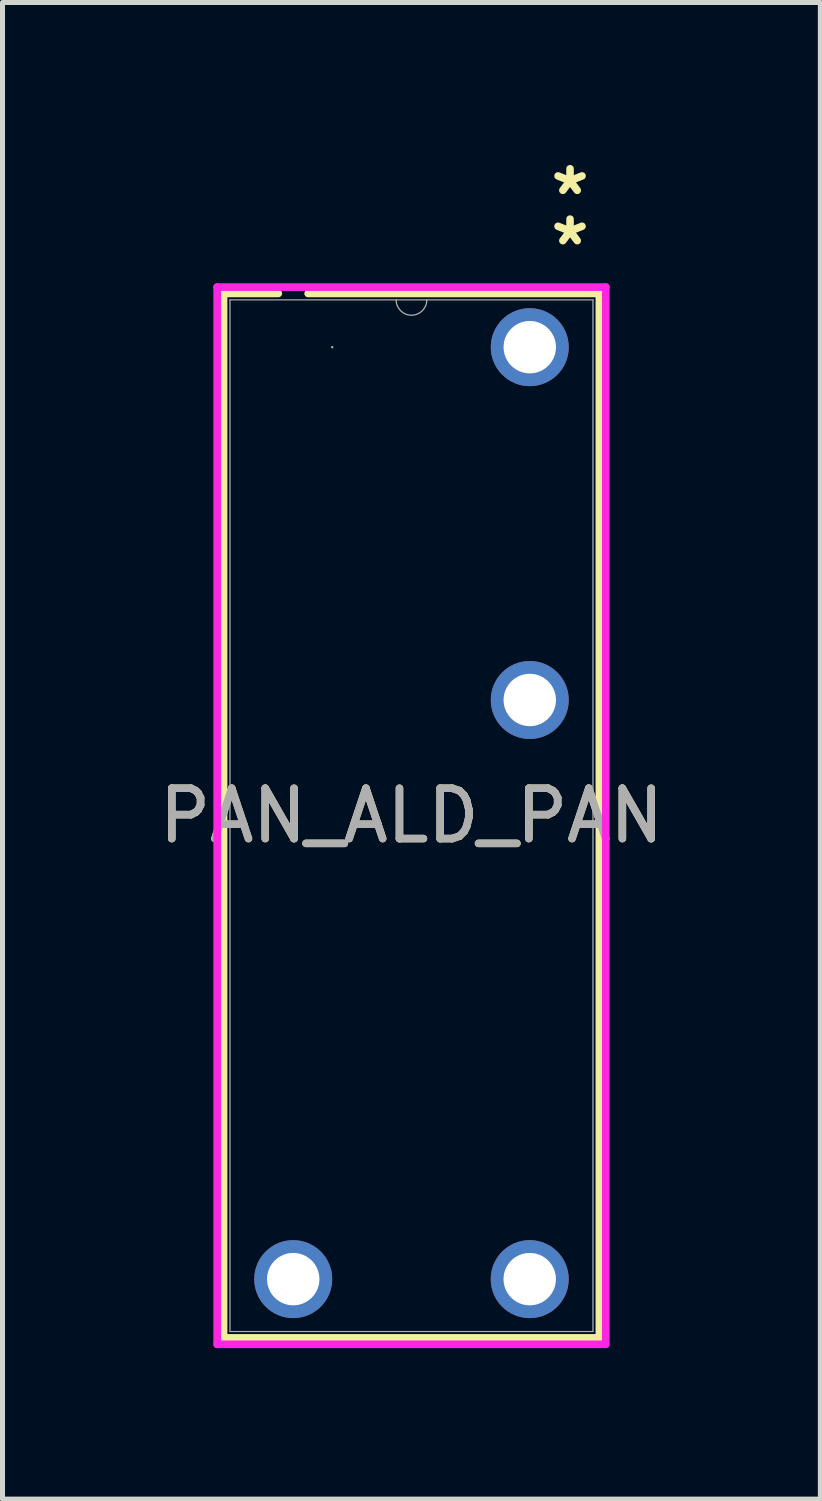
<source format=kicad_pcb>
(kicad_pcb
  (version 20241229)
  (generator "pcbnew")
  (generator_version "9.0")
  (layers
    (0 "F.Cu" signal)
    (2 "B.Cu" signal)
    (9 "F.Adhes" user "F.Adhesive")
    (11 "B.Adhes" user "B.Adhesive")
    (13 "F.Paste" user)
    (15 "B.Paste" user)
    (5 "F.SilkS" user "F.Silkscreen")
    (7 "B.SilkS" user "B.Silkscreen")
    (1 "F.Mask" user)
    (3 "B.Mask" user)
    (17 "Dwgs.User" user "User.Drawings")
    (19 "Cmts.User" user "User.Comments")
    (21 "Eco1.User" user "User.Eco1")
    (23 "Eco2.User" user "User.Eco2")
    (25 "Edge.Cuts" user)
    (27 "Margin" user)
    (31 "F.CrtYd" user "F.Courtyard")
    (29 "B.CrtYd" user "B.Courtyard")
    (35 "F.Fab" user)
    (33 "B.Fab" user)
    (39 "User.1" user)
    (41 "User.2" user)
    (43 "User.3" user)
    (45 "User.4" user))
  (footprint "PAN_ALD_PAN"
    (layer "F.Cu")
    (at 2.776 3.848)
    (property "Reference" "PAN_ALD_PAN" (at 2.349 9.309 0) (unlocked yes) (layer "F.SilkS") (effects (font (size 1 1) (thickness 0.15))))
    (attr through_hole)
    (fp_line (start -1.384 -1.067) (end -1.384 19.685) (stroke (width 0.152) (type solid)) (layer "F.SilkS"))
    (fp_line (start -1.384 19.685) (end 6.083 19.685) (stroke (width 0.152) (type solid)) (layer "F.SilkS"))
    (fp_line (start -0.297 -1.067) (end -1.384 -1.067) (stroke (width 0.152) (type solid)) (layer "F.SilkS"))
    (fp_line (start 6.083 -1.067) (end 0.297 -1.067) (stroke (width 0.152) (type solid)) (layer "F.SilkS"))
    (fp_line (start 6.083 19.685) (end 6.083 -1.067) (stroke (width 0.152) (type solid)) (layer "F.SilkS"))
    (fp_line (start -1.511 -1.194) (end 6.21 -1.194) (stroke (width 0.152) (type solid)) (layer "F.CrtYd"))
    (fp_line (start -1.511 19.812) (end -1.511 -1.194) (stroke (width 0.152) (type solid)) (layer "F.CrtYd"))
    (fp_line (start 6.21 -1.194) (end 6.21 19.812) (stroke (width 0.152) (type solid)) (layer "F.CrtYd"))
    (fp_line (start 6.21 19.812) (end -1.511 19.812) (stroke (width 0.152) (type solid)) (layer "F.CrtYd"))
    (fp_line (start -1.257 -0.94) (end -1.257 19.558) (stroke (width 0.025) (type solid)) (layer "F.Fab"))
    (fp_line (start -1.257 19.558) (end 5.956 19.558) (stroke (width 0.025) (type solid)) (layer "F.Fab"))
    (fp_line (start 5.956 -0.94) (end -1.257 -0.94) (stroke (width 0.025) (type solid)) (layer "F.Fab"))
    (fp_line (start 5.956 19.558) (end 5.956 -0.94) (stroke (width 0.025) (type solid)) (layer "F.Fab"))
    (fp_arc (start 2.6543 -0.9398) (mid 2.3495 -0.635) (end 2.0447 -0.9398) (stroke (width 0.0254) (type solid)) (layer "F.Fab"))
    (fp_circle (center 0.775 0) (end 0.775 0) (stroke (width 0.025) (type solid)) (fill no) (layer "F.Fab"))
    (fp_text user "*" (at 5.5 -2 0) (layer "F.SilkS") (effects (font (size 1 1) (thickness 0.15))))
    (fp_text user "*" (at 5.5 -3 0) (unlocked yes) (layer "F.SilkS") (effects (font (size 1 1) (thickness 0.15))))
    (fp_text user "${REFERENCE}" (at 2.349 9.309 0) (unlocked yes) (layer "F.Fab") (effects (font (size 1 1) (thickness 0.15))))
    (pad "1" thru_hole circle (at 4.7 0) (size 1.549 1.549) (drill 1.041) (layers "*.Cu" "*.Mask"))
    (pad "2" thru_hole circle (at 4.7 7.01) (size 1.549 1.549) (drill 1.041) (layers "*.Cu" "*.Mask"))
    (pad "3" thru_hole circle (at 0 18.517) (size 1.549 1.549) (drill 1.041) (layers "*.Cu" "*.Mask"))
    (pad "4" thru_hole circle (at 4.699 18.517) (size 1.549 1.549) (drill 1.041) (layers "*.Cu" "*.Mask")))
  (gr_rect
    (start -3 -3)
    (end 13.25 26.736)
    (stroke (width 0.1) (type default))
    (fill no)
    (layer "Edge.Cuts")))
</source>
